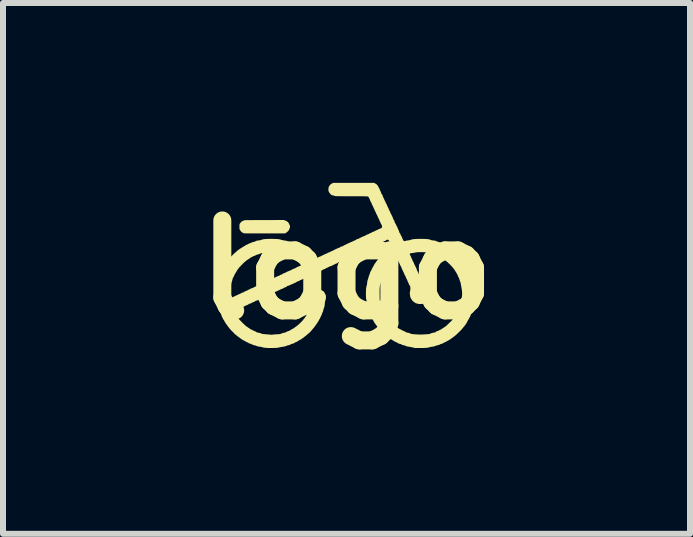
<source format=kicad_pcb>
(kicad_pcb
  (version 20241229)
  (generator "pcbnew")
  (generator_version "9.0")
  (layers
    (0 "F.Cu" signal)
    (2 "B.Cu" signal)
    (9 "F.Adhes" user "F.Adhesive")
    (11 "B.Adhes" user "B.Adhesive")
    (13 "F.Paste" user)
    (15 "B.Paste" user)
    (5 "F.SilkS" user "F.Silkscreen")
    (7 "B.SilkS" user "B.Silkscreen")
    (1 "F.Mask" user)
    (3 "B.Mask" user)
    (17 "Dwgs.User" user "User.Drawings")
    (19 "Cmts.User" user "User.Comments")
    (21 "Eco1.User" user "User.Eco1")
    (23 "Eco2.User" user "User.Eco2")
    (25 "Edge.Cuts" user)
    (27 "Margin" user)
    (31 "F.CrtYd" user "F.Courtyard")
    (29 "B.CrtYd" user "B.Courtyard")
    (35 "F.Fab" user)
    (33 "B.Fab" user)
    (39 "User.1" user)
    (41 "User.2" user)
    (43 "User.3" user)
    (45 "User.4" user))
  (footprint "logo"
    (layer "F.Cu")
    (at 2.729 1.448)
    (property "Reference" "logo" (at 0 0 0) (layer "F.SilkS") (effects (font (size 1.5 1.5) (thickness 0.3))))
    (attr board_only exclude_from_pos_files exclude_from_bom)
    (fp_poly (pts (xy -1.019 -0.819) (xy -0.998 -0.809) (xy -0.981 -0.797) (xy -0.968 -0.784) (xy -0.96 -0.77) (xy -0.959 -0.767) (xy -0.955 -0.758) (xy -0.95 -0.747) (xy -0.948 -0.742) (xy -0.943 -0.729) (xy -0.942 -0.717) (xy -0.944 -0.703) (xy -0.948 -0.693) (xy -0.952 -0.682) (xy -0.956 -0.671) (xy -0.958 -0.666) (xy -0.964 -0.656) (xy -0.973 -0.645) (xy -0.986 -0.633) (xy -1 -0.621) (xy -1.007 -0.617) (xy -1.024 -0.606) (xy -1.362 -0.606) (xy -1.406 -0.606) (xy -1.449 -0.606) (xy -1.49 -0.606) (xy -1.528 -0.606) (xy -1.564 -0.606) (xy -1.597 -0.606) (xy -1.626 -0.606) (xy -1.652 -0.606) (xy -1.673 -0.606) (xy -1.69 -0.607) (xy -1.702 -0.607) (xy -1.709 -0.607) (xy -1.71 -0.607) (xy -1.723 -0.612) (xy -1.736 -0.619) (xy -1.75 -0.629) (xy -1.761 -0.64) (xy -1.767 -0.647) (xy -1.774 -0.659) (xy -1.78 -0.668) (xy -1.783 -0.676) (xy -1.785 -0.684) (xy -1.786 -0.695) (xy -1.786 -0.709) (xy -1.786 -0.715) (xy -1.786 -0.735) (xy -1.785 -0.749) (xy -1.783 -0.76) (xy -1.78 -0.768) (xy -1.776 -0.775) (xy -1.769 -0.782) (xy -1.762 -0.789) (xy -1.756 -0.797) (xy -1.754 -0.799) (xy -1.749 -0.804) (xy -1.738 -0.81) (xy -1.723 -0.816) (xy -1.722 -0.817) (xy -1.694 -0.827) (xy -1.37 -0.828) (xy -1.046 -0.829)) (stroke (width 0) (type solid)) (fill yes) (layer "F.SilkS"))
    (fp_poly (pts (xy 0.474 -1.44) (xy 0.482 -1.435) (xy 0.489 -1.432) (xy 0.491 -1.431) (xy 0.498 -1.427) (xy 0.506 -1.419) (xy 0.514 -1.409) (xy 0.523 -1.398) (xy 0.53 -1.386) (xy 0.533 -1.379) (xy 0.537 -1.37) (xy 0.541 -1.362) (xy 0.544 -1.359) (xy 0.546 -1.355) (xy 0.55 -1.347) (xy 0.554 -1.337) (xy 0.558 -1.325) (xy 0.563 -1.314) (xy 0.567 -1.307) (xy 0.572 -1.298) (xy 0.576 -1.286) (xy 0.578 -1.281) (xy 0.582 -1.27) (xy 0.588 -1.26) (xy 0.591 -1.256) (xy 0.599 -1.244) (xy 0.603 -1.23) (xy 0.607 -1.219) (xy 0.612 -1.206) (xy 0.616 -1.199) (xy 0.622 -1.189) (xy 0.626 -1.18) (xy 0.628 -1.175) (xy 0.63 -1.167) (xy 0.635 -1.157) (xy 0.64 -1.147) (xy 0.64 -1.147) (xy 0.646 -1.135) (xy 0.651 -1.125) (xy 0.654 -1.117) (xy 0.659 -1.107) (xy 0.665 -1.097) (xy 0.665 -1.096) (xy 0.67 -1.088) (xy 0.675 -1.077) (xy 0.678 -1.069) (xy 0.682 -1.058) (xy 0.687 -1.046) (xy 0.691 -1.04) (xy 0.696 -1.03) (xy 0.702 -1.018) (xy 0.704 -1.012) (xy 0.708 -1.001) (xy 0.712 -0.991) (xy 0.715 -0.986) (xy 0.72 -0.978) (xy 0.725 -0.967) (xy 0.729 -0.957) (xy 0.733 -0.947) (xy 0.737 -0.938) (xy 0.74 -0.932) (xy 0.744 -0.926) (xy 0.749 -0.917) (xy 0.753 -0.908) (xy 0.758 -0.897) (xy 0.763 -0.887) (xy 0.766 -0.881) (xy 0.77 -0.872) (xy 0.774 -0.861) (xy 0.776 -0.854) (xy 0.781 -0.842) (xy 0.787 -0.831) (xy 0.789 -0.828) (xy 0.797 -0.816) (xy 0.8 -0.805) (xy 0.805 -0.787) (xy 0.814 -0.772) (xy 0.816 -0.769) (xy 0.82 -0.763) (xy 0.825 -0.754) (xy 0.827 -0.748) (xy 0.832 -0.737) (xy 0.838 -0.726) (xy 0.84 -0.722) (xy 0.846 -0.712) (xy 0.85 -0.7) (xy 0.851 -0.698) (xy 0.855 -0.687) (xy 0.86 -0.676) (xy 0.863 -0.671) (xy 0.867 -0.662) (xy 0.871 -0.653) (xy 0.875 -0.642) (xy 0.878 -0.628) (xy 0.881 -0.621) (xy 0.886 -0.612) (xy 0.89 -0.608) (xy 0.897 -0.597) (xy 0.903 -0.584) (xy 0.903 -0.582) (xy 0.907 -0.572) (xy 0.912 -0.563) (xy 0.914 -0.561) (xy 0.918 -0.554) (xy 0.923 -0.545) (xy 0.927 -0.535) (xy 0.931 -0.522) (xy 0.937 -0.509) (xy 0.944 -0.497) (xy 0.95 -0.486) (xy 0.956 -0.479) (xy 0.96 -0.477) (xy 0.966 -0.477) (xy 0.974 -0.479) (xy 0.98 -0.48) (xy 0.99 -0.483) (xy 1.003 -0.485) (xy 1.018 -0.488) (xy 1.023 -0.488) (xy 1.04 -0.491) (xy 1.059 -0.495) (xy 1.076 -0.5) (xy 1.076 -0.5) (xy 1.088 -0.504) (xy 1.1 -0.507) (xy 1.114 -0.509) (xy 1.13 -0.511) (xy 1.149 -0.512) (xy 1.171 -0.513) (xy 1.197 -0.514) (xy 1.228 -0.514) (xy 1.24 -0.514) (xy 1.276 -0.514) (xy 1.307 -0.513) (xy 1.333 -0.512) (xy 1.355 -0.51) (xy 1.372 -0.507) (xy 1.387 -0.504) (xy 1.398 -0.5) (xy 1.402 -0.498) (xy 1.41 -0.494) (xy 1.42 -0.492) (xy 1.432 -0.489) (xy 1.447 -0.488) (xy 1.449 -0.488) (xy 1.465 -0.486) (xy 1.476 -0.484) (xy 1.486 -0.482) (xy 1.494 -0.478) (xy 1.499 -0.476) (xy 1.512 -0.47) (xy 1.527 -0.465) (xy 1.535 -0.463) (xy 1.548 -0.46) (xy 1.559 -0.455) (xy 1.566 -0.452) (xy 1.576 -0.447) (xy 1.588 -0.443) (xy 1.592 -0.442) (xy 1.603 -0.438) (xy 1.615 -0.433) (xy 1.624 -0.428) (xy 1.635 -0.422) (xy 1.646 -0.416) (xy 1.653 -0.414) (xy 1.662 -0.409) (xy 1.671 -0.404) (xy 1.673 -0.402) (xy 1.68 -0.397) (xy 1.69 -0.392) (xy 1.693 -0.39) (xy 1.704 -0.385) (xy 1.714 -0.378) (xy 1.716 -0.375) (xy 1.723 -0.37) (xy 1.728 -0.366) (xy 1.73 -0.366) (xy 1.735 -0.364) (xy 1.743 -0.359) (xy 1.754 -0.352) (xy 1.766 -0.344) (xy 1.779 -0.334) (xy 1.792 -0.325) (xy 1.803 -0.316) (xy 1.812 -0.308) (xy 1.817 -0.302) (xy 1.817 -0.302) (xy 1.823 -0.296) (xy 1.83 -0.291) (xy 1.831 -0.291) (xy 1.836 -0.287) (xy 1.844 -0.28) (xy 1.854 -0.271) (xy 1.867 -0.259) (xy 1.88 -0.246) (xy 1.893 -0.232) (xy 1.906 -0.219) (xy 1.917 -0.207) (xy 1.926 -0.196) (xy 1.932 -0.189) (xy 1.94 -0.179) (xy 1.949 -0.168) (xy 1.954 -0.162) (xy 1.961 -0.155) (xy 1.965 -0.149) (xy 1.967 -0.147) (xy 1.969 -0.143) (xy 1.973 -0.137) (xy 1.979 -0.129) (xy 1.98 -0.129) (xy 1.987 -0.119) (xy 1.994 -0.11) (xy 1.998 -0.103) (xy 2.002 -0.095) (xy 2.007 -0.088) (xy 2.007 -0.087) (xy 2.012 -0.081) (xy 2.016 -0.072) (xy 2.017 -0.068) (xy 2.022 -0.059) (xy 2.027 -0.05) (xy 2.029 -0.048) (xy 2.035 -0.041) (xy 2.04 -0.032) (xy 2.041 -0.027) (xy 2.046 -0.016) (xy 2.052 -0.006) (xy 2.054 -0.003) (xy 2.06 0.006) (xy 2.065 0.018) (xy 2.067 0.024) (xy 2.072 0.036) (xy 2.077 0.048) (xy 2.079 0.053) (xy 2.084 0.063) (xy 2.088 0.076) (xy 2.09 0.084) (xy 2.093 0.096) (xy 2.098 0.11) (xy 2.103 0.121) (xy 2.109 0.135) (xy 2.113 0.149) (xy 2.116 0.166) (xy 2.118 0.18) (xy 2.121 0.194) (xy 2.124 0.206) (xy 2.125 0.208) (xy 2.128 0.218) (xy 2.131 0.227) (xy 2.133 0.236) (xy 2.135 0.245) (xy 2.137 0.256) (xy 2.138 0.269) (xy 2.139 0.284) (xy 2.139 0.303) (xy 2.14 0.326) (xy 2.14 0.354) (xy 2.14 0.372) (xy 2.14 0.408) (xy 2.141 0.44) (xy 2.14 0.467) (xy 2.14 0.49) (xy 2.139 0.509) (xy 2.138 0.525) (xy 2.136 0.538) (xy 2.135 0.549) (xy 2.132 0.559) (xy 2.129 0.568) (xy 2.128 0.573) (xy 2.122 0.59) (xy 2.118 0.61) (xy 2.116 0.621) (xy 2.113 0.64) (xy 2.108 0.655) (xy 2.104 0.665) (xy 2.099 0.677) (xy 2.094 0.691) (xy 2.091 0.704) (xy 2.087 0.716) (xy 2.083 0.728) (xy 2.079 0.736) (xy 2.074 0.743) (xy 2.072 0.748) (xy 2.072 0.749) (xy 2.07 0.757) (xy 2.067 0.768) (xy 2.062 0.779) (xy 2.057 0.788) (xy 2.055 0.791) (xy 2.05 0.799) (xy 2.044 0.81) (xy 2.042 0.815) (xy 2.037 0.825) (xy 2.032 0.834) (xy 2.029 0.838) (xy 2.024 0.845) (xy 2.019 0.855) (xy 2.018 0.858) (xy 2.012 0.87) (xy 2.004 0.885) (xy 1.993 0.902) (xy 1.987 0.911) (xy 1.982 0.917) (xy 1.976 0.926) (xy 1.972 0.931) (xy 1.965 0.941) (xy 1.957 0.951) (xy 1.954 0.954) (xy 1.947 0.962) (xy 1.939 0.972) (xy 1.93 0.982) (xy 1.928 0.985) (xy 1.919 0.997) (xy 1.907 1.01) (xy 1.896 1.02) (xy 1.895 1.021) (xy 1.886 1.03) (xy 1.874 1.041) (xy 1.862 1.054) (xy 1.853 1.062) (xy 1.842 1.073) (xy 1.83 1.084) (xy 1.819 1.093) (xy 1.813 1.099) (xy 1.802 1.107) (xy 1.791 1.116) (xy 1.784 1.121) (xy 1.775 1.129) (xy 1.765 1.135) (xy 1.76 1.138) (xy 1.752 1.143) (xy 1.747 1.147) (xy 1.746 1.148) (xy 1.743 1.152) (xy 1.736 1.157) (xy 1.73 1.16) (xy 1.72 1.166) (xy 1.711 1.172) (xy 1.707 1.174) (xy 1.698 1.18) (xy 1.689 1.184) (xy 1.688 1.185) (xy 1.678 1.189) (xy 1.669 1.195) (xy 1.668 1.196) (xy 1.659 1.202) (xy 1.648 1.207) (xy 1.643 1.209) (xy 1.631 1.213) (xy 1.62 1.219) (xy 1.616 1.222) (xy 1.609 1.227) (xy 1.605 1.231) (xy 1.604 1.231) (xy 1.595 1.232) (xy 1.582 1.236) (xy 1.57 1.24) (xy 1.56 1.245) (xy 1.559 1.246) (xy 1.545 1.253) (xy 1.526 1.258) (xy 1.519 1.26) (xy 1.505 1.263) (xy 1.493 1.267) (xy 1.483 1.27) (xy 1.481 1.271) (xy 1.467 1.277) (xy 1.447 1.281) (xy 1.422 1.285) (xy 1.421 1.285) (xy 1.407 1.287) (xy 1.393 1.29) (xy 1.386 1.292) (xy 1.374 1.296) (xy 1.363 1.298) (xy 1.352 1.301) (xy 1.339 1.302) (xy 1.324 1.303) (xy 1.307 1.304) (xy 1.286 1.305) (xy 1.261 1.305) (xy 1.233 1.305) (xy 1.138 1.305) (xy 1.101 1.296) (xy 1.084 1.292) (xy 1.065 1.288) (xy 1.048 1.285) (xy 1.036 1.284) (xy 1.019 1.281) (xy 1.005 1.278) (xy 0.993 1.273) (xy 0.991 1.272) (xy 0.979 1.267) (xy 0.965 1.263) (xy 0.954 1.26) (xy 0.934 1.255) (xy 0.919 1.249) (xy 0.912 1.244) (xy 0.907 1.241) (xy 0.898 1.238) (xy 0.887 1.236) (xy 0.886 1.236) (xy 0.873 1.232) (xy 0.864 1.23) (xy 0.857 1.226) (xy 0.852 1.222) (xy 0.85 1.22) (xy 0.844 1.216) (xy 0.835 1.211) (xy 0.829 1.209) (xy 0.818 1.205) (xy 0.806 1.199) (xy 0.797 1.193) (xy 0.788 1.188) (xy 0.781 1.183) (xy 0.777 1.182) (xy 0.777 1.182) (xy 0.773 1.18) (xy 0.767 1.176) (xy 0.765 1.174) (xy 0.756 1.168) (xy 0.745 1.163) (xy 0.742 1.161) (xy 0.733 1.156) (xy 0.724 1.149) (xy 0.722 1.147) (xy 0.715 1.14) (xy 0.707 1.135) (xy 0.707 1.135) (xy 0.699 1.13) (xy 0.69 1.124) (xy 0.689 1.123) (xy 0.681 1.116) (xy 0.671 1.109) (xy 0.67 1.108) (xy 0.664 1.104) (xy 0.655 1.097) (xy 0.645 1.088) (xy 0.634 1.079) (xy 0.623 1.069) (xy 0.612 1.059) (xy 0.603 1.051) (xy 0.597 1.045) (xy 0.594 1.042) (xy 0.594 1.042) (xy 0.592 1.039) (xy 0.587 1.034) (xy 0.584 1.033) (xy 0.576 1.026) (xy 0.568 1.017) (xy 0.566 1.014) (xy 0.559 1.006) (xy 0.551 0.996) (xy 0.542 0.985) (xy 0.541 0.983) (xy 0.532 0.973) (xy 0.525 0.962) (xy 0.519 0.953) (xy 0.518 0.952) (xy 0.513 0.944) (xy 0.507 0.937) (xy 0.505 0.936) (xy 0.5 0.932) (xy 0.494 0.924) (xy 0.491 0.919) (xy 0.486 0.911) (xy 0.482 0.906) (xy 0.481 0.905) (xy 0.478 0.902) (xy 0.474 0.896) (xy 0.47 0.891) (xy 0.464 0.881) (xy 0.458 0.871) (xy 0.456 0.867) (xy 0.45 0.857) (xy 0.445 0.846) (xy 0.445 0.844) (xy 0.44 0.833) (xy 0.433 0.823) (xy 0.432 0.821) (xy 0.426 0.812) (xy 0.421 0.8) (xy 0.418 0.793) (xy 0.414 0.782) (xy 0.408 0.771) (xy 0.405 0.767) (xy 0.397 0.755) (xy 0.392 0.737) (xy 0.392 0.737) (xy 0.389 0.726) (xy 0.385 0.716) (xy 0.382 0.71) (xy 0.377 0.701) (xy 0.373 0.69) (xy 0.369 0.674) (xy 0.367 0.664) (xy 0.364 0.652) (xy 0.359 0.64) (xy 0.357 0.634) (xy 0.352 0.621) (xy 0.348 0.604) (xy 0.345 0.584) (xy 0.344 0.564) (xy 0.344 0.564) (xy 0.343 0.551) (xy 0.34 0.538) (xy 0.338 0.531) (xy 0.335 0.52) (xy 0.333 0.511) (xy 0.332 0.506) (xy 0.331 0.497) (xy 0.328 0.487) (xy 0.328 0.486) (xy 0.326 0.482) (xy 0.325 0.475) (xy 0.325 0.467) (xy 0.324 0.455) (xy 0.324 0.439) (xy 0.323 0.418) (xy 0.323 0.4) (xy 0.324 0.373) (xy 0.324 0.358) (xy 0.551 0.358) (xy 0.551 0.391) (xy 0.552 0.425) (xy 0.552 0.456) (xy 0.553 0.481) (xy 0.554 0.502) (xy 0.556 0.518) (xy 0.558 0.532) (xy 0.56 0.542) (xy 0.562 0.551) (xy 0.565 0.558) (xy 0.565 0.558) (xy 0.569 0.567) (xy 0.573 0.579) (xy 0.576 0.592) (xy 0.577 0.597) (xy 0.581 0.611) (xy 0.586 0.625) (xy 0.591 0.636) (xy 0.592 0.638) (xy 0.597 0.65) (xy 0.602 0.662) (xy 0.603 0.668) (xy 0.607 0.68) (xy 0.613 0.692) (xy 0.616 0.697) (xy 0.623 0.708) (xy 0.629 0.72) (xy 0.631 0.726) (xy 0.635 0.736) (xy 0.641 0.746) (xy 0.643 0.749) (xy 0.649 0.757) (xy 0.656 0.766) (xy 0.659 0.771) (xy 0.675 0.794) (xy 0.688 0.812) (xy 0.696 0.821) (xy 0.701 0.828) (xy 0.705 0.833) (xy 0.705 0.835) (xy 0.707 0.839) (xy 0.712 0.845) (xy 0.718 0.851) (xy 0.726 0.86) (xy 0.733 0.868) (xy 0.737 0.872) (xy 0.746 0.881) (xy 0.757 0.891) (xy 0.769 0.902) (xy 0.78 0.912) (xy 0.789 0.92) (xy 0.795 0.925) (xy 0.802 0.93) (xy 0.807 0.935) (xy 0.808 0.936) (xy 0.812 0.939) (xy 0.819 0.944) (xy 0.822 0.946) (xy 0.831 0.951) (xy 0.841 0.959) (xy 0.844 0.961) (xy 0.855 0.97) (xy 0.869 0.979) (xy 0.887 0.989) (xy 0.903 0.997) (xy 0.915 1.003) (xy 0.926 1.009) (xy 0.934 1.014) (xy 0.935 1.014) (xy 0.945 1.019) (xy 0.956 1.024) (xy 0.958 1.024) (xy 0.968 1.028) (xy 0.979 1.034) (xy 0.985 1.037) (xy 0.993 1.042) (xy 1 1.046) (xy 1.008 1.048) (xy 1.019 1.05) (xy 1.03 1.052) (xy 1.041 1.054) (xy 1.053 1.059) (xy 1.062 1.063) (xy 1.073 1.068) (xy 1.086 1.071) (xy 1.101 1.074) (xy 1.107 1.074) (xy 1.149 1.078) (xy 1.19 1.08) (xy 1.232 1.081) (xy 1.276 1.08) (xy 1.323 1.077) (xy 1.34 1.076) (xy 1.358 1.075) (xy 1.37 1.074) (xy 1.38 1.072) (xy 1.388 1.07) (xy 1.396 1.067) (xy 1.401 1.065) (xy 1.413 1.06) (xy 1.428 1.055) (xy 1.442 1.052) (xy 1.443 1.052) (xy 1.458 1.049) (xy 1.468 1.047) (xy 1.476 1.045) (xy 1.481 1.043) (xy 1.485 1.04) (xy 1.489 1.036) (xy 1.501 1.028) (xy 1.515 1.024) (xy 1.526 1.02) (xy 1.537 1.015) (xy 1.541 1.012) (xy 1.551 1.007) (xy 1.562 1.002) (xy 1.567 1) (xy 1.577 0.995) (xy 1.585 0.99) (xy 1.588 0.987) (xy 1.596 0.981) (xy 1.605 0.976) (xy 1.605 0.976) (xy 1.613 0.971) (xy 1.623 0.965) (xy 1.626 0.962) (xy 1.634 0.956) (xy 1.641 0.951) (xy 1.644 0.95) (xy 1.647 0.949) (xy 1.65 0.947) (xy 1.654 0.944) (xy 1.66 0.939) (xy 1.668 0.932) (xy 1.679 0.921) (xy 1.693 0.907) (xy 1.693 0.907) (xy 1.705 0.896) (xy 1.718 0.883) (xy 1.73 0.872) (xy 1.736 0.866) (xy 1.746 0.857) (xy 1.756 0.847) (xy 1.763 0.838) (xy 1.764 0.837) (xy 1.784 0.81) (xy 1.802 0.785) (xy 1.805 0.779) (xy 1.812 0.77) (xy 1.819 0.761) (xy 1.823 0.756) (xy 1.828 0.748) (xy 1.832 0.739) (xy 1.833 0.737) (xy 1.837 0.728) (xy 1.843 0.717) (xy 1.846 0.713) (xy 1.852 0.704) (xy 1.855 0.697) (xy 1.856 0.694) (xy 1.858 0.686) (xy 1.862 0.676) (xy 1.868 0.665) (xy 1.874 0.657) (xy 1.878 0.65) (xy 1.881 0.639) (xy 1.883 0.631) (xy 1.886 0.618) (xy 1.89 0.603) (xy 1.894 0.593) (xy 1.899 0.582) (xy 1.903 0.568) (xy 1.907 0.551) (xy 1.911 0.529) (xy 1.914 0.511) (xy 1.917 0.493) (xy 1.919 0.477) (xy 1.922 0.464) (xy 1.922 0.46) (xy 1.927 0.426) (xy 1.928 0.393) (xy 1.926 0.36) (xy 1.923 0.338) (xy 1.921 0.322) (xy 1.918 0.308) (xy 1.916 0.296) (xy 1.915 0.288) (xy 1.914 0.287) (xy 1.913 0.279) (xy 1.911 0.268) (xy 1.908 0.254) (xy 1.907 0.244) (xy 1.903 0.224) (xy 1.899 0.207) (xy 1.894 0.194) (xy 1.889 0.182) (xy 1.884 0.169) (xy 1.882 0.16) (xy 1.878 0.146) (xy 1.872 0.134) (xy 1.871 0.131) (xy 1.865 0.122) (xy 1.86 0.11) (xy 1.856 0.1) (xy 1.852 0.089) (xy 1.848 0.08) (xy 1.845 0.074) (xy 1.84 0.067) (xy 1.835 0.058) (xy 1.832 0.052) (xy 1.826 0.042) (xy 1.819 0.031) (xy 1.816 0.027) (xy 1.81 0.019) (xy 1.807 0.013) (xy 1.807 0.011) (xy 1.805 0.007) (xy 1.8 0.000423) (xy 1.795 -0.006) (xy 1.787 -0.017) (xy 1.777 -0.028) (xy 1.771 -0.036) (xy 1.762 -0.047) (xy 1.75 -0.06) (xy 1.737 -0.073) (xy 1.724 -0.088) (xy 1.71 -0.101) (xy 1.697 -0.113) (xy 1.686 -0.124) (xy 1.678 -0.131) (xy 1.674 -0.134) (xy 1.666 -0.139) (xy 1.661 -0.144) (xy 1.66 -0.145) (xy 1.656 -0.149) (xy 1.65 -0.154) (xy 1.647 -0.155) (xy 1.639 -0.161) (xy 1.631 -0.166) (xy 1.63 -0.167) (xy 1.624 -0.173) (xy 1.615 -0.178) (xy 1.614 -0.178) (xy 1.605 -0.183) (xy 1.596 -0.19) (xy 1.595 -0.191) (xy 1.588 -0.197) (xy 1.577 -0.203) (xy 1.571 -0.207) (xy 1.559 -0.212) (xy 1.548 -0.218) (xy 1.543 -0.221) (xy 1.533 -0.226) (xy 1.524 -0.23) (xy 1.521 -0.23) (xy 1.513 -0.233) (xy 1.503 -0.237) (xy 1.495 -0.242) (xy 1.481 -0.248) (xy 1.465 -0.254) (xy 1.46 -0.255) (xy 1.447 -0.258) (xy 1.432 -0.263) (xy 1.424 -0.267) (xy 1.416 -0.271) (xy 1.407 -0.274) (xy 1.396 -0.276) (xy 1.381 -0.278) (xy 1.368 -0.28) (xy 1.352 -0.282) (xy 1.338 -0.284) (xy 1.325 -0.286) (xy 1.317 -0.288) (xy 1.317 -0.289) (xy 1.311 -0.29) (xy 1.302 -0.291) (xy 1.29 -0.292) (xy 1.275 -0.293) (xy 1.254 -0.293) (xy 1.239 -0.293) (xy 1.216 -0.293) (xy 1.198 -0.292) (xy 1.184 -0.292) (xy 1.173 -0.291) (xy 1.163 -0.29) (xy 1.154 -0.288) (xy 1.15 -0.287) (xy 1.136 -0.284) (xy 1.119 -0.281) (xy 1.102 -0.279) (xy 1.098 -0.278) (xy 1.081 -0.276) (xy 1.069 -0.274) (xy 1.061 -0.271) (xy 1.057 -0.267) (xy 1.055 -0.262) (xy 1.055 -0.259) (xy 1.057 -0.251) (xy 1.061 -0.242) (xy 1.062 -0.241) (xy 1.067 -0.233) (xy 1.072 -0.222) (xy 1.076 -0.212) (xy 1.08 -0.201) (xy 1.084 -0.191) (xy 1.087 -0.186) (xy 1.091 -0.179) (xy 1.095 -0.17) (xy 1.099 -0.16) (xy 1.103 -0.149) (xy 1.109 -0.138) (xy 1.113 -0.131) (xy 1.119 -0.122) (xy 1.123 -0.112) (xy 1.123 -0.11) (xy 1.126 -0.101) (xy 1.13 -0.091) (xy 1.136 -0.08) (xy 1.137 -0.08) (xy 1.142 -0.07) (xy 1.146 -0.062) (xy 1.148 -0.058) (xy 1.148 -0.057) (xy 1.149 -0.053) (xy 1.153 -0.045) (xy 1.158 -0.035) (xy 1.16 -0.032) (xy 1.165 -0.021) (xy 1.169 -0.012) (xy 1.171 -0.005) (xy 1.171 -0.004) (xy 1.173 0.005) (xy 1.178 0.016) (xy 1.184 0.027) (xy 1.188 0.031) (xy 1.194 0.04) (xy 1.198 0.053) (xy 1.199 0.057) (xy 1.206 0.075) (xy 1.214 0.088) (xy 1.219 0.096) (xy 1.223 0.102) (xy 1.224 0.105) (xy 1.225 0.109) (xy 1.228 0.117) (xy 1.233 0.127) (xy 1.234 0.128) (xy 1.239 0.14) (xy 1.244 0.152) (xy 1.247 0.162) (xy 1.251 0.173) (xy 1.256 0.183) (xy 1.259 0.186) (xy 1.266 0.195) (xy 1.272 0.205) (xy 1.273 0.206) (xy 1.28 0.215) (xy 1.292 0.223) (xy 1.308 0.231) (xy 1.316 0.234) (xy 1.326 0.239) (xy 1.337 0.246) (xy 1.349 0.254) (xy 1.359 0.262) (xy 1.367 0.269) (xy 1.37 0.273) (xy 1.374 0.28) (xy 1.38 0.287) (xy 1.381 0.288) (xy 1.386 0.295) (xy 1.392 0.305) (xy 1.398 0.317) (xy 1.402 0.326) (xy 1.415 0.355) (xy 1.415 0.395) (xy 1.415 0.434) (xy 1.402 0.462) (xy 1.396 0.477) (xy 1.388 0.491) (xy 1.38 0.504) (xy 1.376 0.509) (xy 1.368 0.518) (xy 1.358 0.528) (xy 1.346 0.539) (xy 1.334 0.548) (xy 1.323 0.556) (xy 1.314 0.561) (xy 1.31 0.562) (xy 1.282 0.568) (xy 1.252 0.571) (xy 1.239 0.572) (xy 1.22 0.572) (xy 1.2 0.57) (xy 1.181 0.566) (xy 1.164 0.561) (xy 1.151 0.556) (xy 1.147 0.553) (xy 1.138 0.547) (xy 1.128 0.541) (xy 1.128 0.541) (xy 1.116 0.532) (xy 1.104 0.522) (xy 1.094 0.511) (xy 1.088 0.501) (xy 1.088 0.5) (xy 1.083 0.491) (xy 1.076 0.481) (xy 1.075 0.48) (xy 1.071 0.475) (xy 1.068 0.468) (xy 1.065 0.459) (xy 1.062 0.445) (xy 1.061 0.438) (xy 1.058 0.419) (xy 1.056 0.404) (xy 1.055 0.391) (xy 1.056 0.38) (xy 1.058 0.368) (xy 1.059 0.362) (xy 1.064 0.332) (xy 1.065 0.307) (xy 1.063 0.285) (xy 1.056 0.267) (xy 1.051 0.26) (xy 1.045 0.251) (xy 1.04 0.24) (xy 1.038 0.234) (xy 1.033 0.223) (xy 1.027 0.21) (xy 1.023 0.201) (xy 1.018 0.192) (xy 1.015 0.184) (xy 1.014 0.179) (xy 1.012 0.174) (xy 1.009 0.166) (xy 1.005 0.161) (xy 1 0.151) (xy 0.994 0.139) (xy 0.989 0.126) (xy 0.989 0.125) (xy 0.985 0.113) (xy 0.98 0.103) (xy 0.976 0.096) (xy 0.975 0.095) (xy 0.97 0.088) (xy 0.965 0.078) (xy 0.963 0.071) (xy 0.959 0.06) (xy 0.954 0.05) (xy 0.952 0.045) (xy 0.947 0.037) (xy 0.942 0.025) (xy 0.939 0.018) (xy 0.934 0.007) (xy 0.929 -0.004) (xy 0.925 -0.009) (xy 0.921 -0.019) (xy 0.917 -0.031) (xy 0.915 -0.036) (xy 0.91 -0.052) (xy 0.903 -0.061) (xy 0.897 -0.07) (xy 0.892 -0.081) (xy 0.89 -0.087) (xy 0.886 -0.099) (xy 0.879 -0.112) (xy 0.875 -0.118) (xy 0.87 -0.127) (xy 0.866 -0.134) (xy 0.865 -0.137) (xy 0.864 -0.145) (xy 0.859 -0.153) (xy 0.854 -0.16) (xy 0.849 -0.164) (xy 0.841 -0.163) (xy 0.83 -0.159) (xy 0.819 -0.152) (xy 0.807 -0.143) (xy 0.804 -0.141) (xy 0.797 -0.134) (xy 0.791 -0.13) (xy 0.788 -0.13) (xy 0.784 -0.127) (xy 0.779 -0.122) (xy 0.779 -0.122) (xy 0.775 -0.117) (xy 0.768 -0.109) (xy 0.758 -0.099) (xy 0.747 -0.087) (xy 0.739 -0.078) (xy 0.722 -0.061) (xy 0.709 -0.047) (xy 0.699 -0.036) (xy 0.69 -0.025) (xy 0.682 -0.014) (xy 0.675 -0.003) (xy 0.668 0.007) (xy 0.66 0.019) (xy 0.652 0.031) (xy 0.651 0.032) (xy 0.643 0.044) (xy 0.636 0.057) (xy 0.63 0.067) (xy 0.63 0.068) (xy 0.625 0.079) (xy 0.619 0.088) (xy 0.616 0.092) (xy 0.611 0.1) (xy 0.606 0.113) (xy 0.604 0.122) (xy 0.6 0.135) (xy 0.594 0.148) (xy 0.589 0.158) (xy 0.582 0.174) (xy 0.578 0.188) (xy 0.576 0.197) (xy 0.573 0.211) (xy 0.569 0.225) (xy 0.566 0.232) (xy 0.562 0.247) (xy 0.558 0.263) (xy 0.555 0.282) (xy 0.553 0.304) (xy 0.552 0.329) (xy 0.551 0.358) (xy 0.324 0.358) (xy 0.324 0.352) (xy 0.325 0.334) (xy 0.326 0.318) (xy 0.328 0.304) (xy 0.33 0.289) (xy 0.334 0.274) (xy 0.338 0.256) (xy 0.339 0.254) (xy 0.342 0.242) (xy 0.343 0.23) (xy 0.344 0.224) (xy 0.345 0.204) (xy 0.35 0.182) (xy 0.356 0.161) (xy 0.357 0.158) (xy 0.362 0.145) (xy 0.366 0.13) (xy 0.369 0.12) (xy 0.372 0.107) (xy 0.377 0.094) (xy 0.38 0.086) (xy 0.385 0.076) (xy 0.389 0.063) (xy 0.392 0.052) (xy 0.396 0.038) (xy 0.402 0.027) (xy 0.405 0.023) (xy 0.412 0.014) (xy 0.417 0.002) (xy 0.419 -0.004) (xy 0.424 -0.015) (xy 0.429 -0.026) (xy 0.432 -0.031) (xy 0.438 -0.04) (xy 0.444 -0.05) (xy 0.447 -0.055) (xy 0.456 -0.075) (xy 0.464 -0.089) (xy 0.471 -0.101) (xy 0.477 -0.109) (xy 0.482 -0.115) (xy 0.488 -0.122) (xy 0.492 -0.128) (xy 0.492 -0.13) (xy 0.494 -0.133) (xy 0.499 -0.14) (xy 0.504 -0.145) (xy 0.511 -0.154) (xy 0.517 -0.162) (xy 0.52 -0.166) (xy 0.526 -0.175) (xy 0.534 -0.185) (xy 0.545 -0.197) (xy 0.559 -0.212) (xy 0.577 -0.23) (xy 0.578 -0.232) (xy 0.59 -0.243) (xy 0.599 -0.253) (xy 0.607 -0.26) (xy 0.612 -0.265) (xy 0.613 -0.266) (xy 0.63 -0.283) (xy 0.645 -0.297) (xy 0.648 -0.3) (xy 0.655 -0.306) (xy 0.661 -0.311) (xy 0.669 -0.317) (xy 0.678 -0.324) (xy 0.691 -0.334) (xy 0.693 -0.335) (xy 0.703 -0.343) (xy 0.714 -0.351) (xy 0.717 -0.353) (xy 0.725 -0.359) (xy 0.731 -0.362) (xy 0.733 -0.363) (xy 0.738 -0.365) (xy 0.743 -0.372) (xy 0.746 -0.38) (xy 0.746 -0.385) (xy 0.744 -0.399) (xy 0.739 -0.415) (xy 0.732 -0.429) (xy 0.729 -0.434) (xy 0.723 -0.443) (xy 0.719 -0.453) (xy 0.718 -0.456) (xy 0.715 -0.469) (xy 0.708 -0.482) (xy 0.7 -0.493) (xy 0.694 -0.498) (xy 0.687 -0.501) (xy 0.68 -0.501) (xy 0.675 -0.5) (xy 0.666 -0.495) (xy 0.658 -0.489) (xy 0.652 -0.485) (xy 0.642 -0.48) (xy 0.632 -0.476) (xy 0.621 -0.472) (xy 0.61 -0.467) (xy 0.603 -0.463) (xy 0.593 -0.457) (xy 0.583 -0.453) (xy 0.581 -0.452) (xy 0.573 -0.449) (xy 0.562 -0.443) (xy 0.55 -0.438) (xy 0.55 -0.437) (xy 0.539 -0.432) (xy 0.529 -0.429) (xy 0.522 -0.427) (xy 0.522 -0.427) (xy 0.514 -0.425) (xy 0.505 -0.42) (xy 0.501 -0.417) (xy 0.49 -0.41) (xy 0.478 -0.405) (xy 0.472 -0.402) (xy 0.461 -0.398) (xy 0.451 -0.393) (xy 0.446 -0.39) (xy 0.438 -0.385) (xy 0.427 -0.38) (xy 0.42 -0.377) (xy 0.409 -0.373) (xy 0.398 -0.368) (xy 0.393 -0.365) (xy 0.384 -0.36) (xy 0.373 -0.355) (xy 0.368 -0.353) (xy 0.356 -0.349) (xy 0.346 -0.344) (xy 0.341 -0.341) (xy 0.331 -0.336) (xy 0.32 -0.331) (xy 0.319 -0.331) (xy 0.31 -0.327) (xy 0.299 -0.322) (xy 0.291 -0.317) (xy 0.279 -0.311) (xy 0.264 -0.305) (xy 0.256 -0.303) (xy 0.245 -0.299) (xy 0.235 -0.295) (xy 0.23 -0.291) (xy 0.223 -0.286) (xy 0.213 -0.281) (xy 0.205 -0.278) (xy 0.194 -0.274) (xy 0.183 -0.268) (xy 0.178 -0.265) (xy 0.168 -0.26) (xy 0.157 -0.255) (xy 0.153 -0.254) (xy 0.142 -0.249) (xy 0.131 -0.244) (xy 0.128 -0.242) (xy 0.12 -0.237) (xy 0.109 -0.232) (xy 0.1 -0.229) (xy 0.089 -0.225) (xy 0.079 -0.22) (xy 0.074 -0.217) (xy 0.067 -0.213) (xy 0.056 -0.209) (xy 0.05 -0.206) (xy 0.038 -0.202) (xy 0.025 -0.195) (xy 0.019 -0.192) (xy 0.008 -0.185) (xy -0.004 -0.18) (xy -0.01 -0.178) (xy -0.021 -0.174) (xy -0.031 -0.169) (xy -0.035 -0.167) (xy -0.045 -0.161) (xy -0.059 -0.154) (xy -0.075 -0.146) (xy -0.091 -0.139) (xy -0.106 -0.133) (xy -0.118 -0.129) (xy -0.12 -0.128) (xy -0.131 -0.124) (xy -0.14 -0.119) (xy -0.143 -0.117) (xy -0.15 -0.111) (xy -0.161 -0.106) (xy -0.169 -0.103) (xy -0.18 -0.1) (xy -0.19 -0.095) (xy -0.196 -0.092) (xy -0.203 -0.087) (xy -0.213 -0.082) (xy -0.221 -0.079) (xy -0.232 -0.074) (xy -0.242 -0.069) (xy -0.247 -0.066) (xy -0.254 -0.062) (xy -0.265 -0.059) (xy -0.272 -0.057) (xy -0.286 -0.052) (xy -0.298 -0.046) (xy -0.299 -0.045) (xy -0.309 -0.039) (xy -0.32 -0.034) (xy -0.324 -0.032) (xy -0.335 -0.028) (xy -0.345 -0.022) (xy -0.349 -0.02) (xy -0.357 -0.015) (xy -0.368 -0.01) (xy -0.379 -0.006) (xy -0.391 -0.001) (xy -0.401 0.004) (xy -0.408 0.008) (xy -0.415 0.013) (xy -0.426 0.018) (xy -0.436 0.022) (xy -0.448 0.026) (xy -0.46 0.031) (xy -0.467 0.035) (xy -0.477 0.04) (xy -0.488 0.044) (xy -0.491 0.045) (xy -0.501 0.049) (xy -0.511 0.055) (xy -0.514 0.057) (xy -0.524 0.063) (xy -0.537 0.067) (xy -0.542 0.069) (xy -0.555 0.072) (xy -0.565 0.078) (xy -0.567 0.081) (xy -0.576 0.087) (xy -0.589 0.093) (xy -0.591 0.094) (xy -0.603 0.098) (xy -0.616 0.104) (xy -0.621 0.106) (xy -0.631 0.112) (xy -0.643 0.117) (xy -0.647 0.118) (xy -0.657 0.122) (xy -0.668 0.128) (xy -0.672 0.13) (xy -0.683 0.136) (xy -0.695 0.142) (xy -0.7 0.143) (xy -0.712 0.148) (xy -0.724 0.153) (xy -0.728 0.156) (xy -0.739 0.162) (xy -0.752 0.167) (xy -0.758 0.169) (xy -0.768 0.172) (xy -0.775 0.176) (xy -0.778 0.178) (xy -0.787 0.185) (xy -0.801 0.191) (xy -0.812 0.194) (xy -0.822 0.198) (xy -0.832 0.203) (xy -0.835 0.205) (xy -0.844 0.212) (xy -0.854 0.217) (xy -0.856 0.217) (xy -0.864 0.22) (xy -0.875 0.226) (xy -0.884 0.23) (xy -0.896 0.236) (xy -0.907 0.241) (xy -0.915 0.243) (xy -0.925 0.247) (xy -0.935 0.252) (xy -0.937 0.254) (xy -0.945 0.258) (xy -0.956 0.262) (xy -0.963 0.265) (xy -0.977 0.268) (xy -0.986 0.272) (xy -0.993 0.276) (xy -0.998 0.281) (xy -1.004 0.285) (xy -1.013 0.29) (xy -1.018 0.292) (xy -1.03 0.296) (xy -1.042 0.302) (xy -1.046 0.304) (xy -1.056 0.311) (xy -1.069 0.316) (xy -1.073 0.318) (xy -1.085 0.322) (xy -1.096 0.327) (xy -1.1 0.329) (xy -1.11 0.334) (xy -1.121 0.339) (xy -1.123 0.339) (xy -1.133 0.344) (xy -1.144 0.349) (xy -1.147 0.351) (xy -1.156 0.356) (xy -1.168 0.362) (xy -1.18 0.366) (xy -1.198 0.372) (xy -1.21 0.379) (xy -1.211 0.38) (xy -1.221 0.387) (xy -1.233 0.392) (xy -1.234 0.392) (xy -1.246 0.396) (xy -1.258 0.401) (xy -1.262 0.404) (xy -1.272 0.409) (xy -1.283 0.414) (xy -1.286 0.415) (xy -1.296 0.419) (xy -1.306 0.425) (xy -1.312 0.428) (xy -1.323 0.435) (xy -1.334 0.439) (xy -1.338 0.44) (xy -1.352 0.444) (xy -1.364 0.452) (xy -1.374 0.458) (xy -1.385 0.463) (xy -1.39 0.465) (xy -1.4 0.468) (xy -1.412 0.474) (xy -1.416 0.477) (xy -1.427 0.483) (xy -1.44 0.488) (xy -1.444 0.489) (xy -1.456 0.494) (xy -1.468 0.5) (xy -1.472 0.502) (xy -1.481 0.508) (xy -1.494 0.513) (xy -1.505 0.517) (xy -1.516 0.521) (xy -1.525 0.525) (xy -1.531 0.529) (xy -1.531 0.529) (xy -1.537 0.533) (xy -1.545 0.537) (xy -1.555 0.541) (xy -1.565 0.544) (xy -1.572 0.547) (xy -1.575 0.55) (xy -1.58 0.553) (xy -1.588 0.558) (xy -1.599 0.562) (xy -1.609 0.565) (xy -1.611 0.565) (xy -1.624 0.57) (xy -1.633 0.576) (xy -1.641 0.581) (xy -1.652 0.587) (xy -1.664 0.591) (xy -1.675 0.596) (xy -1.686 0.601) (xy -1.693 0.605) (xy -1.693 0.605) (xy -1.702 0.61) (xy -1.712 0.614) (xy -1.713 0.614) (xy -1.722 0.618) (xy -1.732 0.623) (xy -1.735 0.625) (xy -1.745 0.63) (xy -1.757 0.635) (xy -1.768 0.639) (xy -1.78 0.643) (xy -1.79 0.648) (xy -1.798 0.652) (xy -1.806 0.657) (xy -1.816 0.663) (xy -1.821 0.664) (xy -1.831 0.669) (xy -1.844 0.675) (xy -1.853 0.681) (xy -1.864 0.689) (xy -1.87 0.696) (xy -1.87 0.702) (xy -1.867 0.709) (xy -1.865 0.711) (xy -1.861 0.717) (xy -1.855 0.726) (xy -1.849 0.736) (xy -1.848 0.739) (xy -1.838 0.757) (xy -1.831 0.771) (xy -1.825 0.781) (xy -1.821 0.788) (xy -1.817 0.793) (xy -1.815 0.795) (xy -1.81 0.8) (xy -1.804 0.808) (xy -1.803 0.811) (xy -1.797 0.82) (xy -1.789 0.83) (xy -1.786 0.833) (xy -1.774 0.845) (xy -1.761 0.859) (xy -1.746 0.874) (xy -1.731 0.889) (xy -1.718 0.902) (xy -1.707 0.912) (xy -1.703 0.916) (xy -1.693 0.925) (xy -1.683 0.934) (xy -1.675 0.941) (xy -1.675 0.941) (xy -1.668 0.947) (xy -1.662 0.951) (xy -1.66 0.951) (xy -1.656 0.953) (xy -1.649 0.958) (xy -1.645 0.961) (xy -1.636 0.968) (xy -1.626 0.974) (xy -1.623 0.976) (xy -1.614 0.982) (xy -1.605 0.989) (xy -1.603 0.99) (xy -1.594 0.996) (xy -1.584 1) (xy -1.583 1.001) (xy -1.573 1.004) (xy -1.565 1.009) (xy -1.564 1.01) (xy -1.557 1.014) (xy -1.547 1.018) (xy -1.536 1.023) (xy -1.535 1.023) (xy -1.524 1.028) (xy -1.513 1.033) (xy -1.505 1.038) (xy -1.499 1.043) (xy -1.493 1.046) (xy -1.483 1.048) (xy -1.47 1.05) (xy -1.44 1.057) (xy -1.422 1.064) (xy -1.414 1.067) (xy -1.407 1.07) (xy -1.4 1.072) (xy -1.392 1.073) (xy -1.381 1.074) (xy -1.367 1.075) (xy -1.348 1.076) (xy -1.346 1.077) (xy -1.327 1.078) (xy -1.308 1.079) (xy -1.291 1.081) (xy -1.277 1.082) (xy -1.27 1.083) (xy -1.253 1.085) (xy -1.241 1.084) (xy -1.235 1.083) (xy -1.227 1.082) (xy -1.215 1.08) (xy -1.201 1.079) (xy -1.185 1.078) (xy -1.184 1.078) (xy -1.159 1.077) (xy -1.138 1.076) (xy -1.121 1.074) (xy -1.108 1.072) (xy -1.097 1.069) (xy -1.088 1.066) (xy -1.08 1.062) (xy -1.079 1.062) (xy -1.057 1.054) (xy -1.041 1.051) (xy -1.031 1.049) (xy -1.023 1.047) (xy -1.015 1.044) (xy -1.006 1.039) (xy -0.993 1.032) (xy -0.992 1.032) (xy -0.982 1.027) (xy -0.971 1.023) (xy -0.969 1.023) (xy -0.958 1.02) (xy -0.948 1.015) (xy -0.944 1.012) (xy -0.937 1.007) (xy -0.932 1.004) (xy -0.93 1.004) (xy -0.927 1.002) (xy -0.92 0.998) (xy -0.912 0.993) (xy -0.901 0.987) (xy -0.891 0.981) (xy -0.884 0.977) (xy -0.875 0.972) (xy -0.868 0.967) (xy -0.867 0.966) (xy -0.861 0.961) (xy -0.852 0.955) (xy -0.848 0.952) (xy -0.839 0.946) (xy -0.828 0.938) (xy -0.82 0.931) (xy -0.81 0.922) (xy -0.799 0.913) (xy -0.792 0.907) (xy -0.783 0.899) (xy -0.772 0.888) (xy -0.758 0.874) (xy -0.741 0.857) (xy -0.738 0.854) (xy -0.73 0.844) (xy -0.722 0.834) (xy -0.719 0.83) (xy -0.714 0.823) (xy -0.71 0.818) (xy -0.709 0.817) (xy -0.706 0.815) (xy -0.702 0.809) (xy -0.699 0.805) (xy -0.693 0.795) (xy -0.685 0.784) (xy -0.683 0.782) (xy -0.677 0.775) (xy -0.674 0.769) (xy -0.673 0.767) (xy -0.671 0.762) (xy -0.667 0.755) (xy -0.663 0.751) (xy -0.656 0.74) (xy -0.65 0.728) (xy -0.648 0.723) (xy -0.644 0.712) (xy -0.637 0.701) (xy -0.634 0.697) (xy -0.629 0.687) (xy -0.623 0.676) (xy -0.62 0.667) (xy -0.616 0.655) (xy -0.611 0.643) (xy -0.608 0.636) (xy -0.604 0.626) (xy -0.6 0.614) (xy -0.597 0.603) (xy -0.594 0.59) (xy -0.59 0.574) (xy -0.585 0.562) (xy -0.582 0.552) (xy -0.579 0.542) (xy -0.577 0.531) (xy -0.575 0.517) (xy -0.573 0.499) (xy -0.573 0.492) (xy -0.571 0.471) (xy -0.569 0.455) (xy -0.568 0.443) (xy -0.566 0.434) (xy -0.564 0.428) (xy -0.562 0.422) (xy -0.56 0.417) (xy -0.558 0.414) (xy -0.553 0.404) (xy -0.549 0.394) (xy -0.548 0.392) (xy -0.541 0.378) (xy -0.529 0.365) (xy -0.512 0.352) (xy -0.5 0.346) (xy -0.488 0.34) (xy -0.479 0.336) (xy -0.471 0.334) (xy -0.461 0.334) (xy -0.455 0.334) (xy -0.441 0.334) (xy -0.431 0.336) (xy -0.423 0.339) (xy -0.422 0.339) (xy -0.414 0.344) (xy -0.403 0.35) (xy -0.398 0.352) (xy -0.381 0.363) (xy -0.37 0.376) (xy -0.364 0.39) (xy -0.36 0.4) (xy -0.354 0.409) (xy -0.353 0.41) (xy -0.348 0.419) (xy -0.345 0.431) (xy -0.343 0.446) (xy -0.343 0.462) (xy -0.344 0.478) (xy -0.346 0.485) (xy -0.349 0.496) (xy -0.351 0.506) (xy -0.352 0.511) (xy -0.355 0.521) (xy -0.358 0.532) (xy -0.358 0.533) (xy -0.359 0.541) (xy -0.361 0.552) (xy -0.363 0.567) (xy -0.364 0.581) (xy -0.366 0.599) (xy -0.368 0.612) (xy -0.371 0.622) (xy -0.374 0.631) (xy -0.375 0.633) (xy -0.379 0.643) (xy -0.383 0.657) (xy -0.386 0.671) (xy -0.387 0.674) (xy -0.392 0.693) (xy -0.398 0.708) (xy -0.399 0.712) (xy -0.405 0.723) (xy -0.41 0.735) (xy -0.411 0.74) (xy -0.414 0.751) (xy -0.42 0.763) (xy -0.424 0.771) (xy -0.43 0.781) (xy -0.435 0.792) (xy -0.437 0.798) (xy -0.441 0.808) (xy -0.447 0.818) (xy -0.45 0.823) (xy -0.456 0.833) (xy -0.462 0.843) (xy -0.463 0.847) (xy -0.468 0.857) (xy -0.474 0.867) (xy -0.475 0.868) (xy -0.482 0.877) (xy -0.488 0.886) (xy -0.488 0.887) (xy -0.494 0.896) (xy -0.5 0.906) (xy -0.502 0.907) (xy -0.507 0.913) (xy -0.51 0.918) (xy -0.51 0.919) (xy -0.512 0.923) (xy -0.516 0.929) (xy -0.522 0.935) (xy -0.528 0.943) (xy -0.532 0.949) (xy -0.533 0.952) (xy -0.535 0.955) (xy -0.54 0.961) (xy -0.547 0.969) (xy -0.547 0.97) (xy -0.556 0.98) (xy -0.567 0.992) (xy -0.576 1.004) (xy -0.576 1.004) (xy -0.594 1.025) (xy -0.611 1.043) (xy -0.626 1.057) (xy -0.635 1.064) (xy -0.645 1.071) (xy -0.654 1.079) (xy -0.657 1.082) (xy -0.664 1.089) (xy -0.674 1.098) (xy -0.68 1.102) (xy -0.691 1.11) (xy -0.702 1.119) (xy -0.707 1.124) (xy -0.714 1.13) (xy -0.72 1.134) (xy -0.723 1.135) (xy -0.726 1.137) (xy -0.733 1.141) (xy -0.736 1.145) (xy -0.745 1.152) (xy -0.757 1.159) (xy -0.763 1.163) (xy -0.784 1.174) (xy -0.801 1.184) (xy -0.814 1.192) (xy -0.823 1.198) (xy -0.824 1.199) (xy -0.831 1.203) (xy -0.841 1.208) (xy -0.847 1.209) (xy -0.856 1.213) (xy -0.863 1.216) (xy -0.866 1.218) (xy -0.873 1.224) (xy -0.884 1.23) (xy -0.901 1.234) (xy -0.905 1.235) (xy -0.916 1.238) (xy -0.924 1.241) (xy -0.93 1.244) (xy -0.939 1.25) (xy -0.954 1.256) (xy -0.972 1.26) (xy -0.972 1.26) (xy -0.985 1.263) (xy -1 1.268) (xy -1.009 1.272) (xy -1.021 1.277) (xy -1.035 1.28) (xy -1.052 1.283) (xy -1.062 1.285) (xy -1.08 1.287) (xy -1.098 1.291) (xy -1.115 1.294) (xy -1.125 1.296) (xy -1.135 1.299) (xy -1.144 1.301) (xy -1.153 1.302) (xy -1.165 1.303) (xy -1.179 1.304) (xy -1.196 1.304) (xy -1.218 1.305) (xy -1.221 1.305) (xy -1.243 1.305) (xy -1.266 1.305) (xy -1.289 1.305) (xy -1.309 1.305) (xy -1.325 1.304) (xy -1.329 1.304) (xy -1.351 1.302) (xy -1.372 1.3) (xy -1.39 1.297) (xy -1.404 1.293) (xy -1.412 1.29) (xy -1.418 1.288) (xy -1.427 1.287) (xy -1.437 1.285) (xy -1.457 1.283) (xy -1.475 1.279) (xy -1.489 1.276) (xy -1.496 1.273) (xy -1.502 1.27) (xy -1.512 1.267) (xy -1.525 1.263) (xy -1.537 1.26) (xy -1.557 1.255) (xy -1.571 1.249) (xy -1.579 1.245) (xy -1.579 1.245) (xy -1.588 1.239) (xy -1.596 1.236) (xy -1.597 1.236) (xy -1.606 1.234) (xy -1.614 1.232) (xy -1.622 1.229) (xy -1.631 1.224) (xy -1.633 1.222) (xy -1.643 1.216) (xy -1.654 1.211) (xy -1.659 1.209) (xy -1.67 1.205) (xy -1.68 1.199) (xy -1.684 1.196) (xy -1.694 1.19) (xy -1.704 1.185) (xy -1.706 1.185) (xy -1.716 1.18) (xy -1.725 1.175) (xy -1.726 1.174) (xy -1.735 1.168) (xy -1.745 1.163) (xy -1.745 1.163) (xy -1.754 1.157) (xy -1.763 1.15) (xy -1.764 1.149) (xy -1.772 1.142) (xy -1.782 1.135) (xy -1.786 1.132) (xy -1.799 1.123) (xy -1.813 1.113) (xy -1.827 1.102) (xy -1.842 1.09) (xy -1.855 1.079) (xy -1.867 1.069) (xy -1.876 1.06) (xy -1.883 1.053) (xy -1.885 1.049) (xy -1.885 1.048) (xy -1.887 1.044) (xy -1.893 1.04) (xy -1.893 1.04) (xy -1.901 1.034) (xy -1.911 1.024) (xy -1.922 1.013) (xy -1.933 1.001) (xy -1.943 0.99) (xy -1.949 0.982) (xy -1.957 0.972) (xy -1.965 0.962) (xy -1.969 0.958) (xy -1.976 0.948) (xy -1.983 0.938) (xy -1.986 0.934) (xy -1.992 0.925) (xy -1.998 0.916) (xy -2.001 0.913) (xy -2.008 0.905) (xy -2.016 0.892) (xy -2.025 0.878) (xy -2.034 0.862) (xy -2.036 0.86) (xy -2.041 0.849) (xy -2.047 0.84) (xy -2.05 0.836) (xy -2.056 0.827) (xy -2.06 0.818) (xy -2.061 0.817) (xy -2.064 0.808) (xy -2.07 0.798) (xy -2.072 0.795) (xy -2.077 0.786) (xy -2.082 0.773) (xy -2.085 0.763) (xy -2.089 0.751) (xy -2.093 0.74) (xy -2.097 0.733) (xy -2.102 0.726) (xy -2.107 0.715) (xy -2.111 0.703) (xy -2.111 0.702) (xy -2.115 0.691) (xy -2.119 0.68) (xy -2.123 0.673) (xy -2.123 0.673) (xy -2.131 0.658) (xy -2.135 0.638) (xy -2.136 0.621) (xy -2.138 0.597) (xy -2.143 0.58) (xy -2.147 0.568) (xy -2.15 0.558) (xy -2.152 0.547) (xy -2.154 0.535) (xy -2.155 0.522) (xy -2.156 0.506) (xy -2.157 0.487) (xy -2.158 0.464) (xy -2.158 0.436) (xy -2.158 0.423) (xy -2.158 0.406) (xy -1.946 0.406) (xy -1.946 0.418) (xy -1.944 0.429) (xy -1.942 0.441) (xy -1.94 0.446) (xy -1.936 0.459) (xy -1.932 0.467) (xy -1.928 0.471) (xy -1.923 0.47) (xy -1.915 0.466) (xy -1.915 0.465) (xy -1.907 0.461) (xy -1.898 0.457) (xy -1.893 0.455) (xy -1.881 0.45) (xy -1.869 0.444) (xy -1.865 0.441) (xy -1.854 0.436) (xy -1.841 0.43) (xy -1.836 0.428) (xy -1.825 0.424) (xy -1.815 0.419) (xy -1.81 0.416) (xy -1.802 0.412) (xy -1.791 0.407) (xy -1.784 0.405) (xy -1.773 0.401) (xy -1.764 0.396) (xy -1.76 0.393) (xy -1.753 0.389) (xy -1.743 0.384) (xy -1.734 0.381) (xy -1.72 0.377) (xy -1.708 0.371) (xy -1.705 0.368) (xy -1.697 0.363) (xy -1.686 0.358) (xy -1.679 0.355) (xy -1.667 0.351) (xy -1.656 0.346) (xy -1.651 0.343) (xy -1.641 0.337) (xy -1.63 0.332) (xy -1.627 0.331) (xy -1.618 0.327) (xy -1.607 0.321) (xy -1.603 0.319) (xy -1.592 0.313) (xy -1.579 0.308) (xy -1.573 0.307) (xy -1.562 0.303) (xy -1.551 0.298) (xy -1.547 0.295) (xy -1.538 0.289) (xy -1.527 0.284) (xy -1.519 0.281) (xy -1.508 0.277) (xy -1.497 0.271) (xy -1.492 0.268) (xy -1.483 0.263) (xy -1.472 0.258) (xy -1.464 0.255) (xy -1.453 0.25) (xy -1.442 0.245) (xy -1.436 0.242) (xy -1.427 0.237) (xy -1.416 0.233) (xy -1.409 0.231) (xy -1.398 0.227) (xy -1.388 0.222) (xy -1.384 0.219) (xy -1.375 0.213) (xy -1.364 0.209) (xy -1.362 0.208) (xy -1.351 0.204) (xy -1.34 0.198) (xy -1.339 0.196) (xy -1.327 0.189) (xy -1.313 0.184) (xy -1.302 0.182) (xy -1.297 0.181) (xy -1.29 0.176) (xy -1.283 0.172) (xy -1.272 0.166) (xy -1.259 0.16) (xy -1.253 0.158) (xy -1.242 0.153) (xy -1.23 0.148) (xy -1.226 0.145) (xy -1.215 0.139) (xy -1.204 0.134) (xy -1.202 0.134) (xy -1.193 0.13) (xy -1.182 0.124) (xy -1.174 0.12) (xy -1.163 0.114) (xy -1.15 0.109) (xy -1.142 0.106) (xy -1.132 0.103) (xy -1.124 0.1) (xy -1.12 0.098) (xy -1.108 0.089) (xy -1.093 0.083) (xy -1.088 0.082) (xy -1.08 0.079) (xy -1.071 0.073) (xy -1.066 0.07) (xy -1.052 0.061) (xy -1.042 0.058) (xy -1.031 0.055) (xy -1.02 0.05) (xy -1.015 0.047) (xy -1.003 0.04) (xy -0.987 0.032) (xy -0.968 0.024) (xy -0.948 0.016) (xy -0.937 0.012) (xy -0.925 0.007) (xy -0.914 0.001) (xy -0.908 -0.003) (xy -0.895 -0.011) (xy -0.878 -0.017) (xy -0.877 -0.017) (xy -0.866 -0.021) (xy -0.856 -0.025) (xy -0.849 -0.029) (xy -0.843 -0.033) (xy -0.834 -0.038) (xy -0.822 -0.044) (xy -0.809 -0.05) (xy -0.796 -0.056) (xy -0.785 -0.061) (xy -0.776 -0.064) (xy -0.772 -0.066) (xy -0.764 -0.068) (xy -0.759 -0.073) (xy -0.759 -0.08) (xy -0.762 -0.085) (xy -0.769 -0.093) (xy -0.778 -0.103) (xy -0.788 -0.113) (xy -0.798 -0.122) (xy -0.807 -0.129) (xy -0.81 -0.131) (xy -0.817 -0.137) (xy -0.827 -0.144) (xy -0.837 -0.153) (xy -0.838 -0.153) (xy -0.848 -0.161) (xy -0.858 -0.168) (xy -0.866 -0.173) (xy -0.866 -0.173) (xy -0.875 -0.179) (xy -0.885 -0.187) (xy -0.888 -0.189) (xy -0.897 -0.196) (xy -0.909 -0.202) (xy -0.916 -0.205) (xy -0.927 -0.209) (xy -0.937 -0.215) (xy -0.942 -0.218) (xy -0.951 -0.223) (xy -0.962 -0.228) (xy -0.964 -0.229) (xy -0.976 -0.233) (xy -0.986 -0.238) (xy -0.988 -0.239) (xy -0.996 -0.243) (xy -1.008 -0.248) (xy -1.021 -0.253) (xy -1.023 -0.253) (xy -1.037 -0.258) (xy -1.052 -0.263) (xy -1.064 -0.267) (xy -1.065 -0.268) (xy -1.08 -0.272) (xy -1.1 -0.277) (xy -1.12 -0.28) (xy -1.136 -0.282) (xy -1.152 -0.284) (xy -1.165 -0.286) (xy -1.174 -0.288) (xy -1.183 -0.29) (xy -1.197 -0.291) (xy -1.213 -0.292) (xy -1.231 -0.293) (xy -1.251 -0.293) (xy -1.271 -0.293) (xy -1.289 -0.293) (xy -1.306 -0.292) (xy -1.319 -0.291) (xy -1.328 -0.289) (xy -1.332 -0.288) (xy -1.338 -0.286) (xy -1.349 -0.284) (xy -1.362 -0.282) (xy -1.372 -0.281) (xy -1.391 -0.279) (xy -1.406 -0.278) (xy -1.418 -0.276) (xy -1.426 -0.274) (xy -1.433 -0.272) (xy -1.439 -0.269) (xy -1.444 -0.267) (xy -1.456 -0.261) (xy -1.469 -0.257) (xy -1.478 -0.255) (xy -1.49 -0.252) (xy -1.503 -0.247) (xy -1.51 -0.243) (xy -1.521 -0.237) (xy -1.535 -0.232) (xy -1.541 -0.23) (xy -1.553 -0.226) (xy -1.564 -0.22) (xy -1.569 -0.217) (xy -1.578 -0.212) (xy -1.587 -0.208) (xy -1.589 -0.207) (xy -1.596 -0.204) (xy -1.604 -0.198) (xy -1.61 -0.193) (xy -1.62 -0.186) (xy -1.63 -0.179) (xy -1.635 -0.176) (xy -1.649 -0.168) (xy -1.665 -0.156) (xy -1.684 -0.141) (xy -1.704 -0.124) (xy -1.723 -0.106) (xy -1.742 -0.087) (xy -1.753 -0.076) (xy -1.764 -0.064) (xy -1.775 -0.052) (xy -1.785 -0.042) (xy -1.791 -0.036) (xy -1.797 -0.028) (xy -1.802 -0.022) (xy -1.804 -0.018) (xy -1.806 -0.014) (xy -1.811 -0.008) (xy -1.813 -0.006) (xy -1.82 0.003) (xy -1.826 0.013) (xy -1.827 0.015) (xy -1.831 0.021) (xy -1.835 0.029) (xy -1.841 0.039) (xy -1.849 0.052) (xy -1.859 0.069) (xy -1.861 0.071) (xy -1.866 0.081) (xy -1.872 0.093) (xy -1.876 0.103) (xy -1.88 0.114) (xy -1.886 0.124) (xy -1.89 0.13) (xy -1.895 0.137) (xy -1.899 0.149) (xy -1.901 0.16) (xy -1.905 0.175) (xy -1.91 0.19) (xy -1.914 0.202) (xy -1.919 0.213) (xy -1.922 0.223) (xy -1.923 0.23) (xy -1.923 0.231) (xy -1.924 0.237) (xy -1.925 0.248) (xy -1.927 0.263) (xy -1.93 0.28) (xy -1.933 0.299) (xy -1.936 0.317) (xy -1.939 0.334) (xy -1.942 0.348) (xy -1.944 0.365) (xy -1.945 0.382) (xy -1.946 0.39) (xy -1.946 0.406) (xy -2.158 0.406) (xy -2.159 0.381) (xy -2.159 0.345) (xy -2.158 0.314) (xy -2.157 0.288) (xy -2.155 0.266) (xy -2.153 0.248) (xy -2.15 0.234) (xy -2.148 0.228) (xy -2.145 0.218) (xy -2.141 0.204) (xy -2.138 0.188) (xy -2.136 0.175) (xy -2.131 0.151) (xy -2.125 0.132) (xy -2.121 0.122) (xy -2.117 0.11) (xy -2.113 0.1) (xy -2.111 0.092) (xy -2.107 0.076) (xy -2.103 0.064) (xy -2.098 0.058) (xy -2.094 0.053) (xy -2.09 0.044) (xy -2.086 0.033) (xy -2.085 0.029) (xy -2.081 0.017) (xy -2.076 0.005) (xy -2.071 -0.004) (xy -2.07 -0.005) (xy -2.065 -0.014) (xy -2.06 -0.025) (xy -2.057 -0.032) (xy -2.053 -0.041) (xy -2.05 -0.047) (xy -2.048 -0.05) (xy -2.046 -0.053) (xy -2.041 -0.06) (xy -2.037 -0.069) (xy -2.031 -0.078) (xy -2.026 -0.085) (xy -2.023 -0.089) (xy -2.018 -0.093) (xy -2.014 -0.101) (xy -2.012 -0.103) (xy -2.007 -0.113) (xy -2.001 -0.123) (xy -1.999 -0.124) (xy -1.993 -0.133) (xy -1.987 -0.143) (xy -1.986 -0.144) (xy -1.981 -0.152) (xy -1.974 -0.162) (xy -1.969 -0.168) (xy -1.947 -0.193) (xy -1.924 -0.22) (xy -1.916 -0.228) (xy -1.909 -0.235) (xy -1.906 -0.239) (xy -1.901 -0.243) (xy -1.893 -0.251) (xy -1.884 -0.26) (xy -1.88 -0.265) (xy -1.87 -0.274) (xy -1.86 -0.283) (xy -1.852 -0.289) (xy -1.85 -0.29) (xy -1.842 -0.295) (xy -1.838 -0.3) (xy -1.837 -0.302) (xy -1.833 -0.307) (xy -1.827 -0.312) (xy -1.819 -0.318) (xy -1.812 -0.324) (xy -1.804 -0.33) (xy -1.792 -0.339) (xy -1.779 -0.348) (xy -1.765 -0.357) (xy -1.753 -0.364) (xy -1.752 -0.364) (xy -1.744 -0.369) (xy -1.738 -0.373) (xy -1.737 -0.375) (xy -1.734 -0.377) (xy -1.728 -0.381) (xy -1.718 -0.386) (xy -1.716 -0.387) (xy -1.704 -0.393) (xy -1.695 -0.399) (xy -1.688 -0.404) (xy -1.687 -0.405) (xy -1.68 -0.411) (xy -1.671 -0.414) (xy -1.671 -0.414) (xy -1.663 -0.417) (xy -1.653 -0.421) (xy -1.646 -0.426) (xy -1.634 -0.432) (xy -1.621 -0.438) (xy -1.614 -0.44) (xy -1.603 -0.444) (xy -1.591 -0.449) (xy -1.586 -0.452) (xy -1.577 -0.456) (xy -1.565 -0.46) (xy -1.554 -0.462) (xy -1.533 -0.468) (xy -1.517 -0.475) (xy -1.508 -0.48) (xy -1.499 -0.483) (xy -1.49 -0.485) (xy -1.477 -0.487) (xy -1.468 -0.488) (xy -1.45 -0.49) (xy -1.436 -0.493) (xy -1.423 -0.497) (xy -1.417 -0.499) (xy -1.408 -0.503) (xy -1.4 -0.505) (xy -1.39 -0.507) (xy -1.377 -0.509) (xy -1.361 -0.511) (xy -1.353 -0.511) (xy -1.336 -0.513) (xy -1.315 -0.513) (xy -1.292 -0.514) (xy -1.267 -0.514) (xy -1.242 -0.514) (xy -1.217 -0.514) (xy -1.192 -0.513) (xy -1.17 -0.512) (xy -1.15 -0.511) (xy -1.134 -0.51) (xy -1.123 -0.508) (xy -1.119 -0.507) (xy -1.108 -0.504) (xy -1.095 -0.501) (xy -1.081 -0.497) (xy -1.078 -0.496) (xy -1.063 -0.492) (xy -1.045 -0.489) (xy -1.029 -0.486) (xy -1.026 -0.486) (xy -1.011 -0.484) (xy -1 -0.481) (xy -0.991 -0.477) (xy -0.987 -0.475) (xy -0.979 -0.471) (xy -0.967 -0.466) (xy -0.956 -0.463) (xy -0.943 -0.46) (xy -0.93 -0.456) (xy -0.921 -0.452) (xy -0.91 -0.447) (xy -0.897 -0.442) (xy -0.893 -0.441) (xy -0.879 -0.437) (xy -0.87 -0.433) (xy -0.862 -0.428) (xy -0.861 -0.427) (xy -0.855 -0.423) (xy -0.846 -0.418) (xy -0.839 -0.415) (xy -0.828 -0.41) (xy -0.819 -0.404) (xy -0.814 -0.401) (xy -0.806 -0.394) (xy -0.794 -0.389) (xy -0.791 -0.388) (xy -0.779 -0.382) (xy -0.768 -0.375) (xy -0.768 -0.374) (xy -0.76 -0.367) (xy -0.751 -0.362) (xy -0.749 -0.361) (xy -0.74 -0.356) (xy -0.731 -0.35) (xy -0.73 -0.349) (xy -0.722 -0.343) (xy -0.713 -0.336) (xy -0.712 -0.336) (xy -0.697 -0.325) (xy -0.685 -0.316) (xy -0.675 -0.308) (xy -0.666 -0.3) (xy -0.663 -0.298) (xy -0.653 -0.289) (xy -0.643 -0.279) (xy -0.636 -0.273) (xy -0.622 -0.261) (xy -0.61 -0.249) (xy -0.6 -0.238) (xy -0.593 -0.23) (xy -0.592 -0.228) (xy -0.586 -0.221) (xy -0.579 -0.216) (xy -0.572 -0.21) (xy -0.565 -0.202) (xy -0.564 -0.199) (xy -0.556 -0.19) (xy -0.549 -0.186) (xy -0.541 -0.185) (xy -0.536 -0.183) (xy -0.531 -0.183) (xy -0.523 -0.185) (xy -0.523 -0.185) (xy -0.514 -0.187) (xy -0.504 -0.19) (xy -0.502 -0.191) (xy -0.492 -0.195) (xy -0.482 -0.201) (xy -0.479 -0.203) (xy -0.471 -0.208) (xy -0.459 -0.213) (xy -0.449 -0.217) (xy -0.438 -0.221) (xy -0.428 -0.225) (xy -0.422 -0.229) (xy -0.414 -0.233) (xy -0.405 -0.238) (xy -0.398 -0.24) (xy -0.387 -0.245) (xy -0.377 -0.25) (xy -0.372 -0.253) (xy -0.364 -0.258) (xy -0.353 -0.263) (xy -0.346 -0.265) (xy -0.335 -0.268) (xy -0.324 -0.274) (xy -0.319 -0.277) (xy -0.311 -0.282) (xy -0.299 -0.287) (xy -0.292 -0.289) (xy -0.281 -0.293) (xy -0.269 -0.298) (xy -0.264 -0.302) (xy -0.254 -0.308) (xy -0.242 -0.312) (xy -0.239 -0.313) (xy -0.228 -0.317) (xy -0.217 -0.323) (xy -0.215 -0.325) (xy -0.205 -0.332) (xy -0.193 -0.337) (xy -0.19 -0.338) (xy -0.18 -0.342) (xy -0.168 -0.348) (xy -0.162 -0.351) (xy -0.15 -0.357) (xy -0.137 -0.362) (xy -0.131 -0.364) (xy -0.121 -0.367) (xy -0.114 -0.371) (xy -0.111 -0.373) (xy -0.102 -0.38) (xy -0.089 -0.385) (xy -0.075 -0.389) (xy -0.06 -0.394) (xy -0.05 -0.401) (xy -0.042 -0.406) (xy -0.031 -0.412) (xy -0.026 -0.414) (xy -0.014 -0.418) (xy -0.003 -0.424) (xy 0.001 -0.427) (xy 0.012 -0.433) (xy 0.024 -0.438) (xy 0.028 -0.439) (xy 0.039 -0.444) (xy 0.051 -0.449) (xy 0.054 -0.451) (xy 0.065 -0.457) (xy 0.076 -0.461) (xy 0.079 -0.462) (xy 0.089 -0.466) (xy 0.101 -0.471) (xy 0.106 -0.474) (xy 0.117 -0.48) (xy 0.129 -0.485) (xy 0.134 -0.487) (xy 0.147 -0.492) (xy 0.158 -0.499) (xy 0.159 -0.5) (xy 0.169 -0.507) (xy 0.184 -0.513) (xy 0.189 -0.514) (xy 0.201 -0.518) (xy 0.211 -0.522) (xy 0.218 -0.525) (xy 0.218 -0.526) (xy 0.227 -0.531) (xy 0.239 -0.537) (xy 0.253 -0.544) (xy 0.268 -0.551) (xy 0.283 -0.557) (xy 0.294 -0.561) (xy 0.298 -0.562) (xy 0.308 -0.566) (xy 0.317 -0.571) (xy 0.321 -0.574) (xy 0.327 -0.579) (xy 0.338 -0.584) (xy 0.347 -0.587) (xy 0.358 -0.591) (xy 0.369 -0.596) (xy 0.376 -0.6) (xy 0.385 -0.605) (xy 0.396 -0.61) (xy 0.401 -0.612) (xy 0.412 -0.616) (xy 0.422 -0.621) (xy 0.425 -0.624) (xy 0.434 -0.629) (xy 0.445 -0.633) (xy 0.45 -0.635) (xy 0.462 -0.639) (xy 0.474 -0.646) (xy 0.478 -0.648) (xy 0.488 -0.654) (xy 0.5 -0.659) (xy 0.504 -0.66) (xy 0.515 -0.664) (xy 0.525 -0.669) (xy 0.527 -0.671) (xy 0.534 -0.675) (xy 0.545 -0.68) (xy 0.558 -0.685) (xy 0.56 -0.686) (xy 0.573 -0.69) (xy 0.58 -0.694) (xy 0.585 -0.697) (xy 0.588 -0.702) (xy 0.588 -0.702) (xy 0.592 -0.717) (xy 0.591 -0.733) (xy 0.583 -0.751) (xy 0.582 -0.753) (xy 0.575 -0.764) (xy 0.57 -0.775) (xy 0.567 -0.783) (xy 0.562 -0.794) (xy 0.557 -0.805) (xy 0.555 -0.807) (xy 0.55 -0.818) (xy 0.546 -0.83) (xy 0.545 -0.832) (xy 0.541 -0.842) (xy 0.536 -0.853) (xy 0.532 -0.86) (xy 0.526 -0.87) (xy 0.522 -0.88) (xy 0.52 -0.885) (xy 0.517 -0.894) (xy 0.512 -0.905) (xy 0.509 -0.91) (xy 0.503 -0.92) (xy 0.496 -0.933) (xy 0.493 -0.943) (xy 0.488 -0.954) (xy 0.483 -0.965) (xy 0.479 -0.972) (xy 0.474 -0.98) (xy 0.469 -0.992) (xy 0.467 -0.999) (xy 0.462 -1.01) (xy 0.456 -1.022) (xy 0.454 -1.028) (xy 0.448 -1.038) (xy 0.444 -1.049) (xy 0.443 -1.052) (xy 0.439 -1.062) (xy 0.433 -1.073) (xy 0.431 -1.075) (xy 0.425 -1.086) (xy 0.42 -1.099) (xy 0.42 -1.102) (xy 0.413 -1.119) (xy 0.407 -1.129) (xy 0.397 -1.144) (xy 0.394 -1.156) (xy 0.39 -1.168) (xy 0.384 -1.18) (xy 0.382 -1.184) (xy 0.376 -1.194) (xy 0.372 -1.204) (xy 0.37 -1.207) (xy 0.369 -1.21) (xy 0.368 -1.213) (xy 0.366 -1.215) (xy 0.364 -1.217) (xy 0.361 -1.219) (xy 0.357 -1.22) (xy 0.35 -1.222) (xy 0.342 -1.223) (xy 0.331 -1.223) (xy 0.318 -1.224) (xy 0.301 -1.224) (xy 0.281 -1.225) (xy 0.257 -1.225) (xy 0.229 -1.225) (xy 0.196 -1.225) (xy 0.158 -1.225) (xy 0.116 -1.225) (xy 0.08 -1.225) (xy 0.035 -1.225) (xy -0.005 -1.225) (xy -0.04 -1.225) (xy -0.07 -1.225) (xy -0.096 -1.226) (xy -0.118 -1.226) (xy -0.137 -1.226) (xy -0.152 -1.226) (xy -0.164 -1.226) (xy -0.173 -1.227) (xy -0.181 -1.227) (xy -0.187 -1.228) (xy -0.191 -1.228) (xy -0.194 -1.229) (xy -0.197 -1.23) (xy -0.199 -1.231) (xy -0.21 -1.235) (xy -0.222 -1.238) (xy -0.227 -1.239) (xy -0.243 -1.244) (xy -0.256 -1.25) (xy -0.267 -1.26) (xy -0.278 -1.273) (xy -0.279 -1.275) (xy -0.288 -1.287) (xy -0.294 -1.297) (xy -0.298 -1.305) (xy -0.3 -1.313) (xy -0.301 -1.324) (xy -0.302 -1.327) (xy -0.302 -1.346) (xy -0.3 -1.365) (xy -0.296 -1.382) (xy -0.289 -1.396) (xy -0.287 -1.397) (xy -0.28 -1.406) (xy -0.274 -1.415) (xy -0.271 -1.418) (xy -0.264 -1.425) (xy -0.256 -1.431) (xy -0.255 -1.431) (xy -0.247 -1.435) (xy -0.237 -1.441) (xy -0.236 -1.442) (xy -0.226 -1.448) (xy 0.118 -1.448) (xy 0.462 -1.448)) (stroke (width 0) (type solid)) (fill yes) (layer "F.SilkS")))
  (gr_rect
    (start -3 -3)
    (end 8.457 5.852)
    (stroke (width 0.1) (type default))
    (fill no)
    (layer "Edge.Cuts")))
</source>
